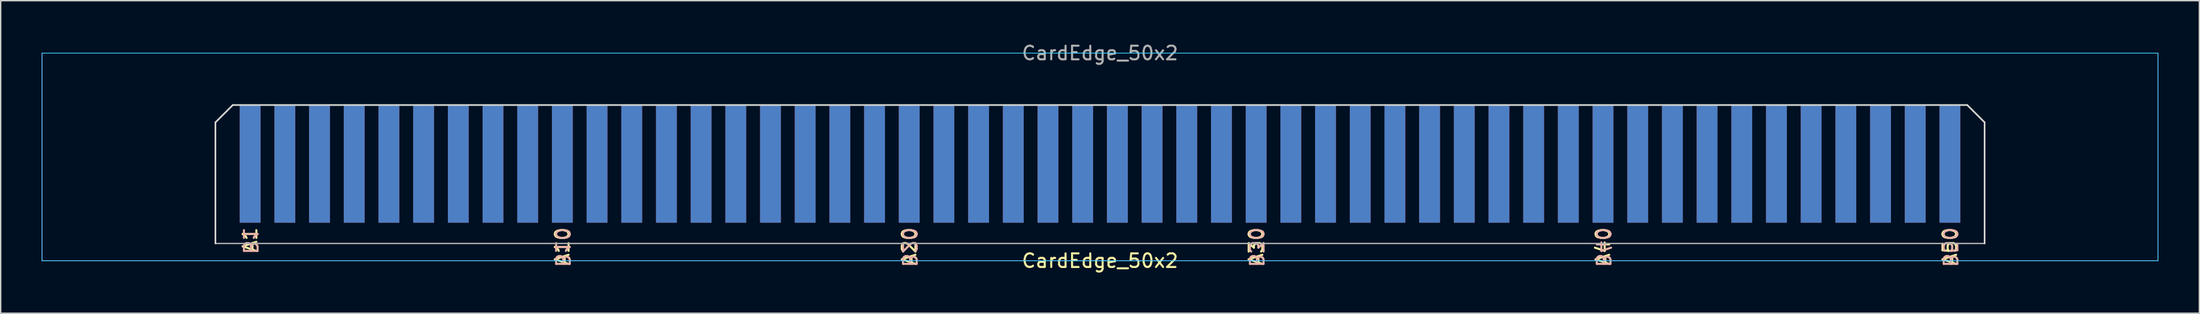
<source format=kicad_pcb>
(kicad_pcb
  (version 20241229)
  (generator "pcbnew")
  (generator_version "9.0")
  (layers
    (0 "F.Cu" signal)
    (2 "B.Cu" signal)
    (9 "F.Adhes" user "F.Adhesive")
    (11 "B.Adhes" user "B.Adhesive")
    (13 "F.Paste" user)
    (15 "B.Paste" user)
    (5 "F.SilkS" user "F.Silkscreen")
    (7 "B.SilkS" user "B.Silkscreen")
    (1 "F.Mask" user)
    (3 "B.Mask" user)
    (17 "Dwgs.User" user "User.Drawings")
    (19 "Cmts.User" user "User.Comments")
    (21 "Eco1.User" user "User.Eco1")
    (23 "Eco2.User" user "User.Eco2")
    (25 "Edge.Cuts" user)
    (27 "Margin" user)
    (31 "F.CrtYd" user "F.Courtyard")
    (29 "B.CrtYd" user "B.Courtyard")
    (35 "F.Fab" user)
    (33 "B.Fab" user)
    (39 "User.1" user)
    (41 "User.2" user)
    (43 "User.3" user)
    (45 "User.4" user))
  (footprint "CardEdge_50x2"
    (layer "F.Cu")
    (at 77.495 14.818)
    (property "Reference" "CardEdge_50x2" (at 0 1.27 0) (unlocked yes) (layer "F.SilkS") (effects (font (size 1 1) (thickness 0.15))))
    (fp_line (start -64.77 -8.89) (end -64.77 0) (stroke (width 0.12) (type solid)) (layer "Edge.Cuts"))
    (fp_line (start -63.5 -10.16) (end -64.77 -8.89) (stroke (width 0.12) (type solid)) (layer "Edge.Cuts"))
    (fp_line (start 63.5 -10.16) (end -63.5 -10.16) (stroke (width 0.12) (type solid)) (layer "Edge.Cuts"))
    (fp_line (start 64.77 -8.89) (end 63.5 -10.16) (stroke (width 0.12) (type solid)) (layer "Edge.Cuts"))
    (fp_line (start 64.77 0) (end 64.77 -8.89) (stroke (width 0.12) (type solid)) (layer "Edge.Cuts"))
    (fp_line (start -77.47 -13.97) (end -77.47 1.27) (stroke (width 0.05) (type solid)) (layer "B.CrtYd"))
    (fp_line (start -77.47 1.27) (end 77.47 1.27) (stroke (width 0.05) (type solid)) (layer "B.CrtYd"))
    (fp_line (start 77.47 -13.97) (end -77.47 -13.97) (stroke (width 0.05) (type solid)) (layer "B.CrtYd"))
    (fp_line (start 77.47 1.27) (end 77.47 -13.97) (stroke (width 0.05) (type solid)) (layer "B.CrtYd"))
    (fp_line (start -77.47 -13.97) (end -77.47 1.27) (stroke (width 0.05) (type solid)) (layer "F.CrtYd"))
    (fp_line (start -77.47 1.27) (end 77.47 1.27) (stroke (width 0.05) (type solid)) (layer "F.CrtYd"))
    (fp_line (start 77.47 -13.97) (end -77.47 -13.97) (stroke (width 0.05) (type solid)) (layer "F.CrtYd"))
    (fp_line (start 77.47 1.27) (end 77.47 -13.97) (stroke (width 0.05) (type solid)) (layer "F.CrtYd"))
    (fp_line (start -64.77 -8.89) (end -63.5 -10.16) (stroke (width 0.1) (type solid)) (layer "F.Fab"))
    (fp_line (start -64.77 0) (end -64.77 -8.89) (stroke (width 0.1) (type solid)) (layer "F.Fab"))
    (fp_line (start -63.5 -10.16) (end 63.5 -10.16) (stroke (width 0.1) (type solid)) (layer "F.Fab"))
    (fp_line (start 63.5 -10.16) (end 64.77 -8.89) (stroke (width 0.1) (type solid)) (layer "F.Fab"))
    (fp_line (start 64.77 -8.89) (end 64.77 0) (stroke (width 0.1) (type solid)) (layer "F.Fab"))
    (fp_line (start 64.77 0) (end -64.77 0) (stroke (width 0.1) (type solid)) (layer "F.Fab"))
    (fp_text user "A20" (at -13.97 -1.27 90) (unlocked yes) (layer "F.SilkS") (effects (font (size 1 1) (thickness 0.15)) (justify right)))
    (fp_text user "A10" (at -39.37 -1.27 90) (unlocked yes) (layer "F.SilkS") (effects (font (size 1 1) (thickness 0.15)) (justify right)))
    (fp_text user "A40" (at 36.83 -1.27 90) (unlocked yes) (layer "F.SilkS") (effects (font (size 1 1) (thickness 0.15)) (justify right)))
    (fp_text user "A1" (at -62.23 -1.27 90) (unlocked yes) (layer "F.SilkS") (effects (font (size 1 1) (thickness 0.15)) (justify right)))
    (fp_text user "A50" (at 62.23 -1.27 90) (unlocked yes) (layer "F.SilkS") (effects (font (size 1 1) (thickness 0.15)) (justify right)))
    (fp_text user "A30" (at 11.43 -1.27 90) (unlocked yes) (layer "F.SilkS") (effects (font (size 1 1) (thickness 0.15)) (justify right)))
    (fp_text user "B20" (at -13.97 -1.27 270) (unlocked yes) (layer "B.SilkS") (effects (font (size 1 1) (thickness 0.15)) (justify right mirror)))
    (fp_text user "B30" (at 11.43 -1.27 270) (unlocked yes) (layer "B.SilkS") (effects (font (size 1 1) (thickness 0.15)) (justify right mirror)))
    (fp_text user "B50" (at 62.23 -1.27 270) (unlocked yes) (layer "B.SilkS") (effects (font (size 1 1) (thickness 0.15)) (justify right mirror)))
    (fp_text user "B10" (at -39.37 -1.27 270) (unlocked yes) (layer "B.SilkS") (effects (font (size 1 1) (thickness 0.15)) (justify right mirror)))
    (fp_text user "B1" (at -62.23 -1.27 270) (unlocked yes) (layer "B.SilkS") (effects (font (size 1 1) (thickness 0.15)) (justify right mirror)))
    (fp_text user "B40" (at 36.83 -1.27 270) (unlocked yes) (layer "B.SilkS") (effects (font (size 1 1) (thickness 0.15)) (justify right mirror)))
    (fp_text user "${REFERENCE}" (at 0 -13.97 0) (unlocked yes) (layer "F.Fab") (effects (font (size 1 1) (thickness 0.15))))
    (pad "A1" connect rect (at -62.23 -5.842) (size 1.524 8.636) (layers "F.Cu" "F.Mask"))
    (pad "A2" connect rect (at -59.69 -5.842) (size 1.524 8.636) (layers "F.Cu" "F.Mask"))
    (pad "A3" connect rect (at -57.15 -5.842) (size 1.524 8.636) (layers "F.Cu" "F.Mask"))
    (pad "A4" connect rect (at -54.61 -5.842) (size 1.524 8.636) (layers "F.Cu" "F.Mask"))
    (pad "A5" connect rect (at -52.07 -5.842) (size 1.524 8.636) (layers "F.Cu" "F.Mask"))
    (pad "A6" connect rect (at -49.53 -5.842) (size 1.524 8.636) (layers "F.Cu" "F.Mask"))
    (pad "A7" connect rect (at -46.99 -5.842) (size 1.524 8.636) (layers "F.Cu" "F.Mask"))
    (pad "A8" connect rect (at -44.45 -5.842) (size 1.524 8.636) (layers "F.Cu" "F.Mask"))
    (pad "A9" connect rect (at -41.91 -5.842) (size 1.524 8.636) (layers "F.Cu" "F.Mask"))
    (pad "A10" connect rect (at -39.37 -5.842) (size 1.524 8.636) (layers "F.Cu" "F.Mask"))
    (pad "A11" connect rect (at -36.83 -5.842) (size 1.524 8.636) (layers "F.Cu" "F.Mask"))
    (pad "A12" connect rect (at -34.29 -5.842) (size 1.524 8.636) (layers "F.Cu" "F.Mask"))
    (pad "A13" connect rect (at -31.75 -5.842) (size 1.524 8.636) (layers "F.Cu" "F.Mask"))
    (pad "A14" connect rect (at -29.21 -5.842) (size 1.524 8.636) (layers "F.Cu" "F.Mask"))
    (pad "A15" connect rect (at -26.67 -5.842) (size 1.524 8.636) (layers "F.Cu" "F.Mask"))
    (pad "A16" connect rect (at -24.13 -5.842) (size 1.524 8.636) (layers "F.Cu" "F.Mask"))
    (pad "A17" connect rect (at -21.59 -5.842) (size 1.524 8.636) (layers "F.Cu" "F.Mask"))
    (pad "A18" connect rect (at -19.05 -5.842) (size 1.524 8.636) (layers "F.Cu" "F.Mask"))
    (pad "A19" connect rect (at -16.51 -5.842) (size 1.524 8.636) (layers "F.Cu" "F.Mask"))
    (pad "A20" connect rect (at -13.97 -5.842) (size 1.524 8.636) (layers "F.Cu" "F.Mask"))
    (pad "A21" connect rect (at -11.43 -5.842) (size 1.524 8.636) (layers "F.Cu" "F.Mask"))
    (pad "A22" connect rect (at -8.89 -5.842) (size 1.524 8.636) (layers "F.Cu" "F.Mask"))
    (pad "A23" connect rect (at -6.35 -5.842) (size 1.524 8.636) (layers "F.Cu" "F.Mask"))
    (pad "A24" connect rect (at -3.81 -5.842) (size 1.524 8.636) (layers "F.Cu" "F.Mask"))
    (pad "A25" connect rect (at -1.27 -5.842) (size 1.524 8.636) (layers "F.Cu" "F.Mask"))
    (pad "A26" connect rect (at 1.27 -5.842) (size 1.524 8.636) (layers "F.Cu" "F.Mask"))
    (pad "A27" connect rect (at 3.81 -5.842) (size 1.524 8.636) (layers "F.Cu" "F.Mask"))
    (pad "A28" connect rect (at 6.35 -5.842) (size 1.524 8.636) (layers "F.Cu" "F.Mask"))
    (pad "A29" connect rect (at 8.89 -5.842) (size 1.524 8.636) (layers "F.Cu" "F.Mask"))
    (pad "A30" connect rect (at 11.43 -5.842) (size 1.524 8.636) (layers "F.Cu" "F.Mask"))
    (pad "A31" connect rect (at 13.97 -5.842) (size 1.524 8.636) (layers "F.Cu" "F.Mask"))
    (pad "A32" connect rect (at 16.51 -5.842) (size 1.524 8.636) (layers "F.Cu" "F.Mask"))
    (pad "A33" connect rect (at 19.05 -5.842) (size 1.524 8.636) (layers "F.Cu" "F.Mask"))
    (pad "A34" connect rect (at 21.59 -5.842) (size 1.524 8.636) (layers "F.Cu" "F.Mask"))
    (pad "A35" connect rect (at 24.13 -5.842) (size 1.524 8.636) (layers "F.Cu" "F.Mask"))
    (pad "A36" connect rect (at 26.67 -5.842) (size 1.524 8.636) (layers "F.Cu" "F.Mask"))
    (pad "A37" connect rect (at 29.21 -5.842) (size 1.524 8.636) (layers "F.Cu" "F.Mask"))
    (pad "A38" connect rect (at 31.75 -5.842) (size 1.524 8.636) (layers "F.Cu" "F.Mask"))
    (pad "A39" connect rect (at 34.29 -5.842) (size 1.524 8.636) (layers "F.Cu" "F.Mask"))
    (pad "A40" connect rect (at 36.83 -5.842) (size 1.524 8.636) (layers "F.Cu" "F.Mask"))
    (pad "A41" connect rect (at 39.37 -5.842) (size 1.524 8.636) (layers "F.Cu" "F.Mask"))
    (pad "A42" connect rect (at 41.91 -5.842) (size 1.524 8.636) (layers "F.Cu" "F.Mask"))
    (pad "A43" connect rect (at 44.45 -5.842) (size 1.524 8.636) (layers "F.Cu" "F.Mask"))
    (pad "A44" connect rect (at 46.99 -5.842) (size 1.524 8.636) (layers "F.Cu" "F.Mask"))
    (pad "A45" connect rect (at 49.53 -5.842) (size 1.524 8.636) (layers "F.Cu" "F.Mask"))
    (pad "A46" connect rect (at 52.07 -5.842) (size 1.524 8.636) (layers "F.Cu" "F.Mask"))
    (pad "A47" connect rect (at 54.61 -5.842) (size 1.524 8.636) (layers "F.Cu" "F.Mask"))
    (pad "A48" connect rect (at 57.15 -5.842) (size 1.524 8.636) (layers "F.Cu" "F.Mask"))
    (pad "A49" connect rect (at 59.69 -5.842) (size 1.524 8.636) (layers "F.Cu" "F.Mask"))
    (pad "A50" connect rect (at 62.23 -5.842) (size 1.524 8.636) (layers "F.Cu" "F.Mask"))
    (pad "B1" connect rect (at -62.23 -5.842) (size 1.524 8.636) (layers "B.Cu" "B.Mask"))
    (pad "B2" connect rect (at -59.69 -5.842) (size 1.524 8.636) (layers "B.Cu" "B.Mask"))
    (pad "B3" connect rect (at -57.15 -5.842) (size 1.524 8.636) (layers "B.Cu" "B.Mask"))
    (pad "B4" connect rect (at -54.61 -5.842) (size 1.524 8.636) (layers "B.Cu" "B.Mask"))
    (pad "B5" connect rect (at -52.07 -5.842) (size 1.524 8.636) (layers "B.Cu" "B.Mask"))
    (pad "B6" connect rect (at -49.53 -5.842) (size 1.524 8.636) (layers "B.Cu" "B.Mask"))
    (pad "B7" connect rect (at -46.99 -5.842) (size 1.524 8.636) (layers "B.Cu" "B.Mask"))
    (pad "B8" connect rect (at -44.45 -5.842) (size 1.524 8.636) (layers "B.Cu" "B.Mask"))
    (pad "B9" connect rect (at -41.91 -5.842) (size 1.524 8.636) (layers "B.Cu" "B.Mask"))
    (pad "B10" connect rect (at -39.37 -5.842) (size 1.524 8.636) (layers "B.Cu" "B.Mask"))
    (pad "B11" connect rect (at -36.83 -5.842) (size 1.524 8.636) (layers "B.Cu" "B.Mask"))
    (pad "B12" connect rect (at -34.29 -5.842) (size 1.524 8.636) (layers "B.Cu" "B.Mask"))
    (pad "B13" connect rect (at -31.75 -5.842) (size 1.524 8.636) (layers "B.Cu" "B.Mask"))
    (pad "B14" connect rect (at -29.21 -5.842) (size 1.524 8.636) (layers "B.Cu" "B.Mask"))
    (pad "B15" connect rect (at -26.67 -5.842) (size 1.524 8.636) (layers "B.Cu" "B.Mask"))
    (pad "B16" connect rect (at -24.13 -5.842) (size 1.524 8.636) (layers "B.Cu" "B.Mask"))
    (pad "B17" connect rect (at -21.59 -5.842) (size 1.524 8.636) (layers "B.Cu" "B.Mask"))
    (pad "B18" connect rect (at -19.05 -5.842) (size 1.524 8.636) (layers "B.Cu" "B.Mask"))
    (pad "B19" connect rect (at -16.51 -5.842) (size 1.524 8.636) (layers "B.Cu" "B.Mask"))
    (pad "B20" connect rect (at -13.97 -5.842) (size 1.524 8.636) (layers "B.Cu" "B.Mask"))
    (pad "B21" connect rect (at -11.43 -5.842) (size 1.524 8.636) (layers "B.Cu" "B.Mask"))
    (pad "B22" connect rect (at -8.89 -5.842) (size 1.524 8.636) (layers "B.Cu" "B.Mask"))
    (pad "B23" connect rect (at -6.35 -5.842) (size 1.524 8.636) (layers "B.Cu" "B.Mask"))
    (pad "B24" connect rect (at -3.81 -5.842) (size 1.524 8.636) (layers "B.Cu" "B.Mask"))
    (pad "B25" connect rect (at -1.27 -5.842) (size 1.524 8.636) (layers "B.Cu" "B.Mask"))
    (pad "B26" connect rect (at 1.27 -5.842) (size 1.524 8.636) (layers "B.Cu" "B.Mask"))
    (pad "B27" connect rect (at 3.81 -5.842) (size 1.524 8.636) (layers "B.Cu" "B.Mask"))
    (pad "B28" connect rect (at 6.35 -5.842) (size 1.524 8.636) (layers "B.Cu" "B.Mask"))
    (pad "B29" connect rect (at 8.89 -5.842) (size 1.524 8.636) (layers "B.Cu" "B.Mask"))
    (pad "B30" connect rect (at 11.43 -5.842) (size 1.524 8.636) (layers "B.Cu" "B.Mask"))
    (pad "B31" connect rect (at 13.97 -5.842) (size 1.524 8.636) (layers "B.Cu" "B.Mask"))
    (pad "B32" connect rect (at 16.51 -5.842) (size 1.524 8.636) (layers "B.Cu" "B.Mask"))
    (pad "B33" connect rect (at 19.05 -5.842) (size 1.524 8.636) (layers "B.Cu" "B.Mask"))
    (pad "B34" connect rect (at 21.59 -5.842) (size 1.524 8.636) (layers "B.Cu" "B.Mask"))
    (pad "B35" connect rect (at 24.13 -5.842) (size 1.524 8.636) (layers "B.Cu" "B.Mask"))
    (pad "B36" connect rect (at 26.67 -5.842) (size 1.524 8.636) (layers "B.Cu" "B.Mask"))
    (pad "B37" connect rect (at 29.21 -5.842) (size 1.524 8.636) (layers "B.Cu" "B.Mask"))
    (pad "B38" connect rect (at 31.75 -5.842) (size 1.524 8.636) (layers "B.Cu" "B.Mask"))
    (pad "B39" connect rect (at 34.29 -5.842) (size 1.524 8.636) (layers "B.Cu" "B.Mask"))
    (pad "B40" connect rect (at 36.83 -5.842) (size 1.524 8.636) (layers "B.Cu" "B.Mask"))
    (pad "B41" connect rect (at 39.37 -5.842) (size 1.524 8.636) (layers "B.Cu" "B.Mask"))
    (pad "B42" connect rect (at 41.91 -5.842) (size 1.524 8.636) (layers "B.Cu" "B.Mask"))
    (pad "B43" connect rect (at 44.45 -5.842) (size 1.524 8.636) (layers "B.Cu" "B.Mask"))
    (pad "B44" connect rect (at 46.99 -5.842) (size 1.524 8.636) (layers "B.Cu" "B.Mask"))
    (pad "B45" connect rect (at 49.53 -5.842) (size 1.524 8.636) (layers "B.Cu" "B.Mask"))
    (pad "B46" connect rect (at 52.07 -5.842) (size 1.524 8.636) (layers "B.Cu" "B.Mask"))
    (pad "B47" connect rect (at 54.61 -5.842) (size 1.524 8.636) (layers "B.Cu" "B.Mask"))
    (pad "B48" connect rect (at 57.15 -5.842) (size 1.524 8.636) (layers "B.Cu" "B.Mask"))
    (pad "B49" connect rect (at 59.69 -5.842) (size 1.524 8.636) (layers "B.Cu" "B.Mask"))
    (pad "B50" connect rect (at 62.23 -5.842) (size 1.524 8.636) (layers "B.Cu" "B.Mask")))
  (gr_rect
    (start -3 -3)
    (end 157.99 19.936)
    (stroke (width 0.1) (type default))
    (fill no)
    (layer "Edge.Cuts")))
</source>
